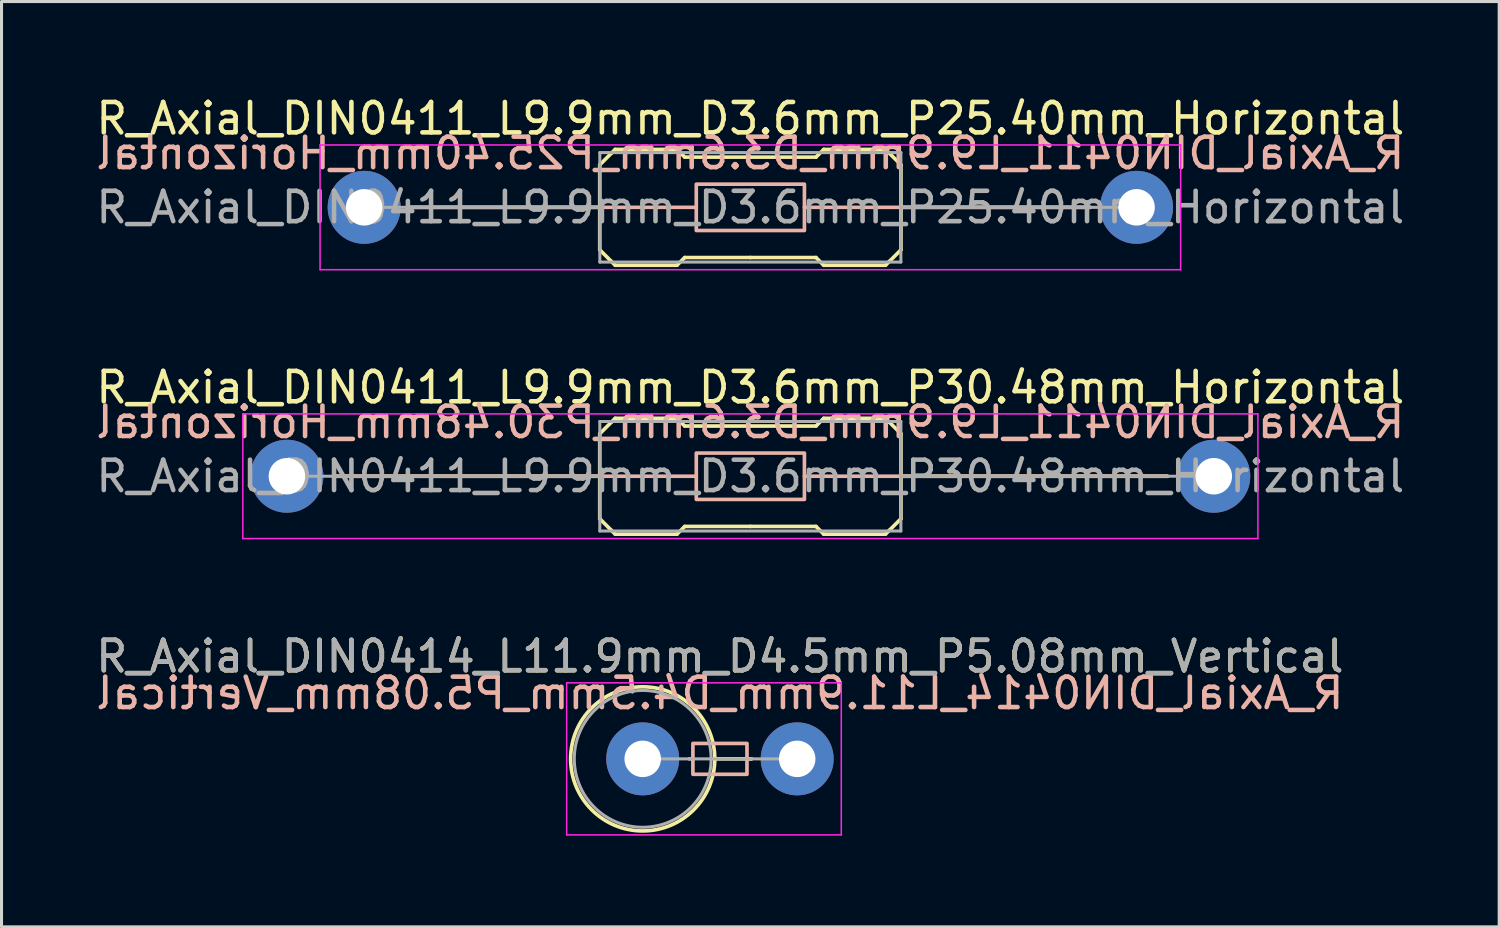
<source format=kicad_pcb>
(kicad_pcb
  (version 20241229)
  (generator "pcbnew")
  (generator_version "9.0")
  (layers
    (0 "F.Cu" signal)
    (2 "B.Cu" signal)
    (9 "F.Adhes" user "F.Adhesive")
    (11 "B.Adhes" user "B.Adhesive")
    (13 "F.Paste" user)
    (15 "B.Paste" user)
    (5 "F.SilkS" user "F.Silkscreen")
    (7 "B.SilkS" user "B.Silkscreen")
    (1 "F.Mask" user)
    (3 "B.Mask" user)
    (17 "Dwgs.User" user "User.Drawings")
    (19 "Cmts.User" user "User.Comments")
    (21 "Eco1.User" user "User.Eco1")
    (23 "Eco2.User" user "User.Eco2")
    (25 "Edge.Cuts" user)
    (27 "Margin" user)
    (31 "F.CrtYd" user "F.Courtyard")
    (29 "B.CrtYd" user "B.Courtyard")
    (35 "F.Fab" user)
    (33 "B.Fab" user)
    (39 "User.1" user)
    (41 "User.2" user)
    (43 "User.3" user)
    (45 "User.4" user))
  (footprint "R_Axial_DIN0411_L9.9mm_D3.6mm_P30.48mm_Horizontal"
    (layer "F.Cu")
    (at 6.385 12.611)
    (property "Reference" "R_Axial_DIN0411_L9.9mm_D3.6mm_P30.48mm_Horizontal" (at 15.24 -2.92 0) (layer "F.SilkS") (effects (font (size 1 1) (thickness 0.15))))
    (fp_line (start 10.287 -1.397) (end 10.668 -1.778) (stroke (width 0.12) (type solid)) (layer "F.SilkS"))
    (fp_line (start 10.287 0) (end 1.524 0) (stroke (width 0.12) (type solid)) (layer "F.SilkS"))
    (fp_line (start 10.287 1.397) (end 10.287 -1.397) (stroke (width 0.12) (type solid)) (layer "F.SilkS"))
    (fp_line (start 10.287 1.397) (end 10.668 1.778) (stroke (width 0.12) (type solid)) (layer "F.SilkS"))
    (fp_line (start 10.668 -1.778) (end 10.795 -1.905) (stroke (width 0.12) (type solid)) (layer "F.SilkS"))
    (fp_line (start 10.668 1.778) (end 10.795 1.905) (stroke (width 0.12) (type solid)) (layer "F.SilkS"))
    (fp_line (start 10.795 -1.905) (end 12.827 -1.905) (stroke (width 0.12) (type solid)) (layer "F.SilkS"))
    (fp_line (start 10.795 1.905) (end 12.827 1.905) (stroke (width 0.12) (type solid)) (layer "F.SilkS"))
    (fp_line (start 12.827 -1.905) (end 13.081 -1.651) (stroke (width 0.12) (type solid)) (layer "F.SilkS"))
    (fp_line (start 12.827 1.905) (end 13.081 1.651) (stroke (width 0.12) (type solid)) (layer "F.SilkS"))
    (fp_line (start 13.081 -1.651) (end 15.24 -1.651) (stroke (width 0.12) (type solid)) (layer "F.SilkS"))
    (fp_line (start 13.081 1.651) (end 15.24 1.651) (stroke (width 0.12) (type solid)) (layer "F.SilkS"))
    (fp_line (start 17.399 -1.651) (end 15.24 -1.651) (stroke (width 0.12) (type solid)) (layer "F.SilkS"))
    (fp_line (start 17.399 1.651) (end 15.24 1.651) (stroke (width 0.12) (type solid)) (layer "F.SilkS"))
    (fp_line (start 17.653 -1.905) (end 17.399 -1.651) (stroke (width 0.12) (type solid)) (layer "F.SilkS"))
    (fp_line (start 17.653 1.905) (end 17.399 1.651) (stroke (width 0.12) (type solid)) (layer "F.SilkS"))
    (fp_line (start 19.685 -1.905) (end 17.653 -1.905) (stroke (width 0.12) (type solid)) (layer "F.SilkS"))
    (fp_line (start 19.685 1.905) (end 17.653 1.905) (stroke (width 0.12) (type solid)) (layer "F.SilkS"))
    (fp_line (start 19.812 -1.778) (end 19.685 -1.905) (stroke (width 0.12) (type solid)) (layer "F.SilkS"))
    (fp_line (start 19.812 1.778) (end 19.685 1.905) (stroke (width 0.12) (type solid)) (layer "F.SilkS"))
    (fp_line (start 20.193 -1.397) (end 19.812 -1.778) (stroke (width 0.12) (type solid)) (layer "F.SilkS"))
    (fp_line (start 20.193 0) (end 28.956 0) (stroke (width 0.12) (type solid)) (layer "F.SilkS"))
    (fp_line (start 20.193 1.397) (end 19.812 1.778) (stroke (width 0.12) (type solid)) (layer "F.SilkS"))
    (fp_line (start 20.193 1.397) (end 20.193 -1.397) (stroke (width 0.12) (type solid)) (layer "F.SilkS"))
    (fp_line (start 13.462 0) (end 1.524 0) (stroke (width 0.12) (type solid)) (layer "B.SilkS"))
    (fp_line (start 17.018 0) (end 28.956 0) (stroke (width 0.12) (type solid)) (layer "B.SilkS"))
    (fp_rect (start 13.462 -0.762) (end 17.018 0.762) (stroke (width 0.12) (type solid)) (fill no) (layer "B.SilkS"))
    (fp_line (start -1.45 -2.05) (end -1.45 2.05) (stroke (width 0.05) (type solid)) (layer "F.CrtYd"))
    (fp_line (start -1.45 2.05) (end 31.93 2.05) (stroke (width 0.05) (type solid)) (layer "F.CrtYd"))
    (fp_line (start 31.93 -2.05) (end -1.45 -2.05) (stroke (width 0.05) (type solid)) (layer "F.CrtYd"))
    (fp_line (start 31.93 2.05) (end 31.93 -2.05) (stroke (width 0.05) (type solid)) (layer "F.CrtYd"))
    (fp_line (start 0 0) (end 10.29 0) (stroke (width 0.1) (type solid)) (layer "F.Fab"))
    (fp_line (start 10.29 -1.8) (end 10.29 1.8) (stroke (width 0.1) (type solid)) (layer "F.Fab"))
    (fp_line (start 10.29 1.8) (end 20.19 1.8) (stroke (width 0.1) (type solid)) (layer "F.Fab"))
    (fp_line (start 20.19 -1.8) (end 10.29 -1.8) (stroke (width 0.1) (type solid)) (layer "F.Fab"))
    (fp_line (start 20.19 1.8) (end 20.19 -1.8) (stroke (width 0.1) (type solid)) (layer "F.Fab"))
    (fp_line (start 30.48 0) (end 20.19 0) (stroke (width 0.1) (type solid)) (layer "F.Fab"))
    (fp_text user "${REFERENCE}" (at 15.24 -1.778 0) (layer "B.SilkS") (effects (font (size 1 1) (thickness 0.15)) (justify mirror)))
    (fp_text user "${REFERENCE}" (at 15.24 0 0) (layer "F.Fab") (effects (font (size 1 1) (thickness 0.15))))
    (pad "1" thru_hole circle (at 0 0) (size 2.4 2.4) (drill 1.2) (layers "*.Cu" "*.Mask"))
    (pad "2" thru_hole oval (at 30.48 0) (size 2.4 2.4) (drill 1.2) (layers "*.Cu" "*.Mask")))
  (footprint "R_Axial_DIN0411_L9.9mm_D3.6mm_P25.40mm_Horizontal"
    (layer "F.Cu")
    (at 8.925 3.768)
    (property "Reference" "R_Axial_DIN0411_L9.9mm_D3.6mm_P25.40mm_Horizontal" (at 12.7 -2.92 0) (layer "F.SilkS") (effects (font (size 1 1) (thickness 0.15))))
    (fp_line (start 7.747 -1.397) (end 8.128 -1.778) (stroke (width 0.12) (type solid)) (layer "F.SilkS"))
    (fp_line (start 7.747 0) (end 1.524 0) (stroke (width 0.12) (type solid)) (layer "F.SilkS"))
    (fp_line (start 7.747 1.397) (end 7.747 -1.397) (stroke (width 0.12) (type solid)) (layer "F.SilkS"))
    (fp_line (start 7.747 1.397) (end 8.128 1.778) (stroke (width 0.12) (type solid)) (layer "F.SilkS"))
    (fp_line (start 8.128 -1.778) (end 8.255 -1.905) (stroke (width 0.12) (type solid)) (layer "F.SilkS"))
    (fp_line (start 8.128 1.778) (end 8.255 1.905) (stroke (width 0.12) (type solid)) (layer "F.SilkS"))
    (fp_line (start 8.255 -1.905) (end 10.287 -1.905) (stroke (width 0.12) (type solid)) (layer "F.SilkS"))
    (fp_line (start 8.255 1.905) (end 10.287 1.905) (stroke (width 0.12) (type solid)) (layer "F.SilkS"))
    (fp_line (start 10.287 -1.905) (end 10.541 -1.651) (stroke (width 0.12) (type solid)) (layer "F.SilkS"))
    (fp_line (start 10.287 1.905) (end 10.541 1.651) (stroke (width 0.12) (type solid)) (layer "F.SilkS"))
    (fp_line (start 10.541 -1.651) (end 12.7 -1.651) (stroke (width 0.12) (type solid)) (layer "F.SilkS"))
    (fp_line (start 10.541 1.651) (end 12.7 1.651) (stroke (width 0.12) (type solid)) (layer "F.SilkS"))
    (fp_line (start 14.859 -1.651) (end 12.7 -1.651) (stroke (width 0.12) (type solid)) (layer "F.SilkS"))
    (fp_line (start 14.859 1.651) (end 12.7 1.651) (stroke (width 0.12) (type solid)) (layer "F.SilkS"))
    (fp_line (start 15.113 -1.905) (end 14.859 -1.651) (stroke (width 0.12) (type solid)) (layer "F.SilkS"))
    (fp_line (start 15.113 1.905) (end 14.859 1.651) (stroke (width 0.12) (type solid)) (layer "F.SilkS"))
    (fp_line (start 17.145 -1.905) (end 15.113 -1.905) (stroke (width 0.12) (type solid)) (layer "F.SilkS"))
    (fp_line (start 17.145 1.905) (end 15.113 1.905) (stroke (width 0.12) (type solid)) (layer "F.SilkS"))
    (fp_line (start 17.272 -1.778) (end 17.145 -1.905) (stroke (width 0.12) (type solid)) (layer "F.SilkS"))
    (fp_line (start 17.272 1.778) (end 17.145 1.905) (stroke (width 0.12) (type solid)) (layer "F.SilkS"))
    (fp_line (start 17.653 -1.397) (end 17.272 -1.778) (stroke (width 0.12) (type solid)) (layer "F.SilkS"))
    (fp_line (start 17.653 0) (end 23.876 0) (stroke (width 0.12) (type solid)) (layer "F.SilkS"))
    (fp_line (start 17.653 1.397) (end 17.272 1.778) (stroke (width 0.12) (type solid)) (layer "F.SilkS"))
    (fp_line (start 17.653 1.397) (end 17.653 -1.397) (stroke (width 0.12) (type solid)) (layer "F.SilkS"))
    (fp_line (start 10.922 0) (end 1.524 0) (stroke (width 0.12) (type solid)) (layer "B.SilkS"))
    (fp_line (start 14.478 0) (end 23.876 0) (stroke (width 0.12) (type solid)) (layer "B.SilkS"))
    (fp_rect (start 10.922 -0.762) (end 14.478 0.762) (stroke (width 0.12) (type solid)) (fill no) (layer "B.SilkS"))
    (fp_line (start -1.45 -2.05) (end -1.45 2.05) (stroke (width 0.05) (type solid)) (layer "F.CrtYd"))
    (fp_line (start -1.45 2.05) (end 26.85 2.05) (stroke (width 0.05) (type solid)) (layer "F.CrtYd"))
    (fp_line (start 26.85 -2.05) (end -1.45 -2.05) (stroke (width 0.05) (type solid)) (layer "F.CrtYd"))
    (fp_line (start 26.85 2.05) (end 26.85 -2.05) (stroke (width 0.05) (type solid)) (layer "F.CrtYd"))
    (fp_line (start 0 0) (end 7.75 0) (stroke (width 0.1) (type solid)) (layer "F.Fab"))
    (fp_line (start 7.75 -1.8) (end 7.75 1.8) (stroke (width 0.1) (type solid)) (layer "F.Fab"))
    (fp_line (start 7.75 1.8) (end 17.65 1.8) (stroke (width 0.1) (type solid)) (layer "F.Fab"))
    (fp_line (start 17.65 -1.8) (end 7.75 -1.8) (stroke (width 0.1) (type solid)) (layer "F.Fab"))
    (fp_line (start 17.65 1.8) (end 17.65 -1.8) (stroke (width 0.1) (type solid)) (layer "F.Fab"))
    (fp_line (start 25.4 0) (end 17.65 0) (stroke (width 0.1) (type solid)) (layer "F.Fab"))
    (fp_text user "${REFERENCE}" (at 12.7 -1.778 0) (layer "B.SilkS") (effects (font (size 1 1) (thickness 0.15)) (justify mirror)))
    (fp_text user "${REFERENCE}" (at 12.7 0 0) (layer "F.Fab") (effects (font (size 1 1) (thickness 0.15))))
    (pad "1" thru_hole circle (at 0 0) (size 2.4 2.4) (drill 1.2) (layers "*.Cu" "*.Mask"))
    (pad "2" thru_hole oval (at 25.4 0) (size 2.4 2.4) (drill 1.2) (layers "*.Cu" "*.Mask")))
  (footprint "R_Axial_DIN0414_L11.9mm_D4.5mm_P5.08mm_Vertical"
    (layer "F.Cu")
    (at 18.085 21.905)
    (property "Reference" "R_Axial_DIN0414_L11.9mm_D4.5mm_P5.08mm_Vertical" (at 2.54 -3.37 0) (layer "F.SilkS") (effects (font (size 1 1) (thickness 0.15))))
    (fp_line (start 2.37 0) (end 3.58 0) (stroke (width 0.12) (type solid)) (layer "F.SilkS"))
    (fp_circle (center 0 0) (end 2.37 0) (stroke (width 0.12) (type solid)) (fill no) (layer "F.SilkS"))
    (fp_line (start 1.524 0) (end 1.651 0) (stroke (width 0.12) (type solid)) (layer "B.SilkS"))
    (fp_line (start 3.556 0) (end 3.429 0) (stroke (width 0.12) (type solid)) (layer "B.SilkS"))
    (fp_rect (start 1.651 -0.508) (end 3.429 0.508) (stroke (width 0.12) (type solid)) (fill no) (layer "B.SilkS"))
    (fp_line (start -2.5 -2.5) (end -2.5 2.5) (stroke (width 0.05) (type solid)) (layer "F.CrtYd"))
    (fp_line (start -2.5 2.5) (end 6.53 2.5) (stroke (width 0.05) (type solid)) (layer "F.CrtYd"))
    (fp_line (start 6.53 -2.5) (end -2.5 -2.5) (stroke (width 0.05) (type solid)) (layer "F.CrtYd"))
    (fp_line (start 6.53 2.5) (end 6.53 -2.5) (stroke (width 0.05) (type solid)) (layer "F.CrtYd"))
    (fp_line (start 0 0) (end 5.08 0) (stroke (width 0.1) (type solid)) (layer "F.Fab"))
    (fp_circle (center 0 0) (end 2.25 0) (stroke (width 0.1) (type solid)) (fill no) (layer "F.Fab"))
    (fp_text user "${REFERENCE}" (at 2.54 -2.159 0) (layer "B.SilkS") (effects (font (size 1 1) (thickness 0.15)) (justify mirror)))
    (fp_text user "${REFERENCE}" (at 2.54 -3.37 0) (layer "F.Fab") (effects (font (size 1 1) (thickness 0.15))))
    (pad "1" thru_hole circle (at 0 0) (size 2.4 2.4) (drill 1.2) (layers "*.Cu" "*.Mask"))
    (pad "2" thru_hole oval (at 5.08 0) (size 2.4 2.4) (drill 1.2) (layers "*.Cu" "*.Mask")))
  (gr_rect
    (start -3 -3)
    (end 46.25 27.43)
    (stroke (width 0.1) (type default))
    (fill no)
    (layer "Edge.Cuts")))
</source>
